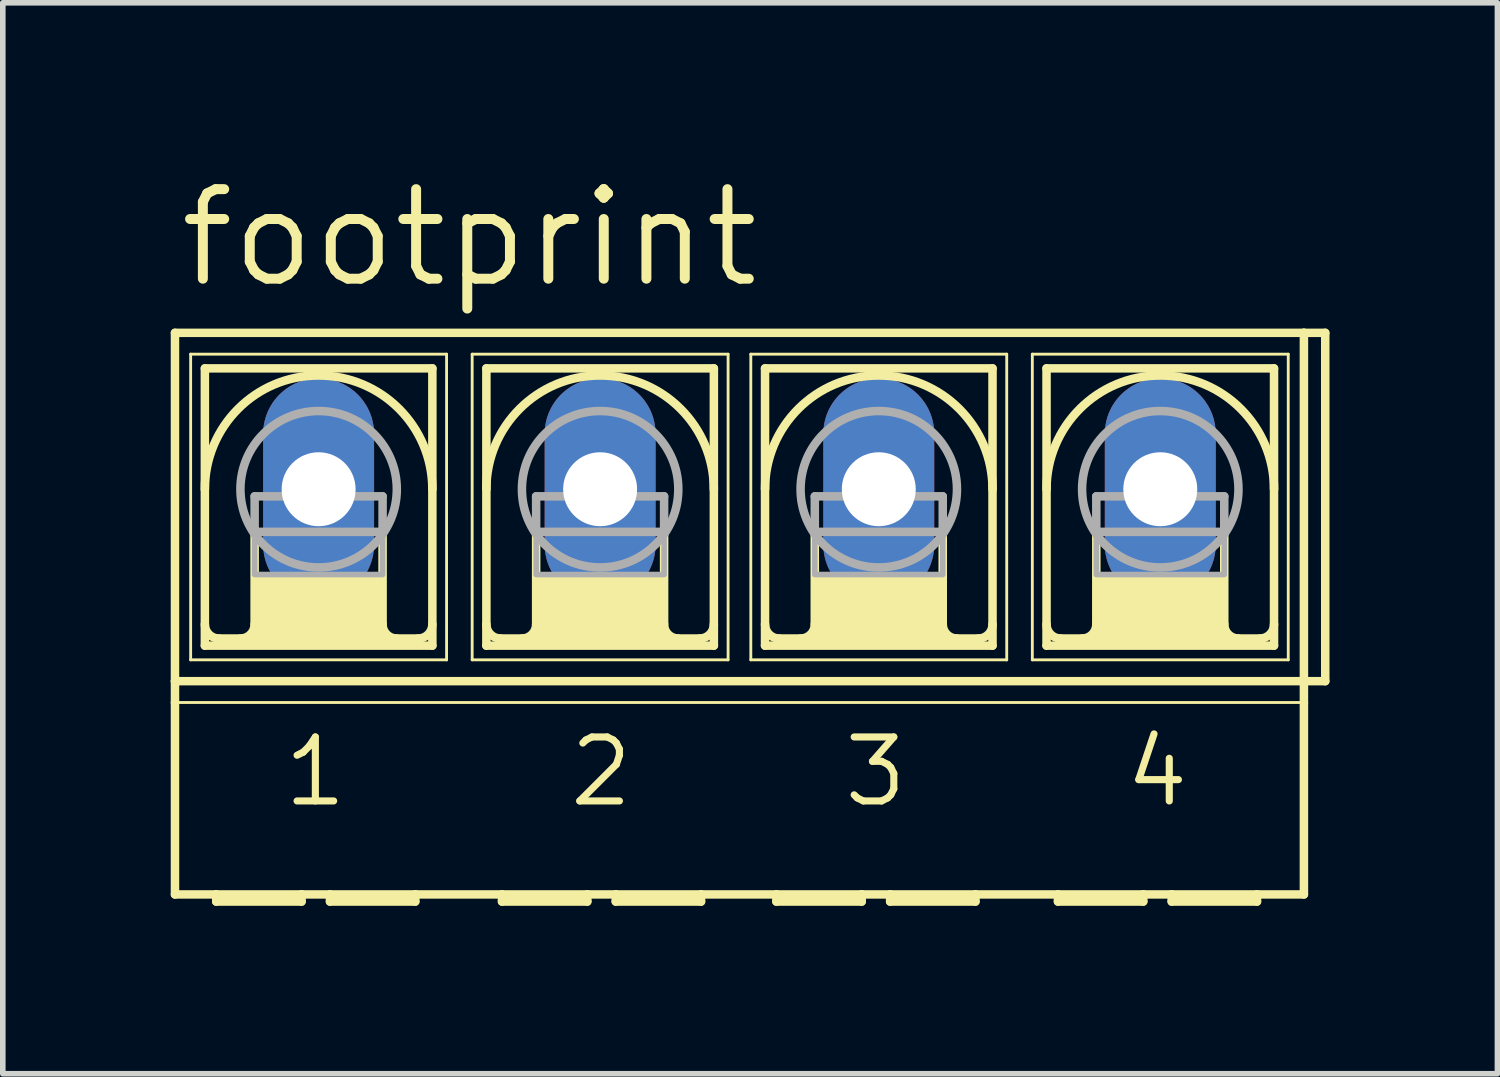
<source format=kicad_pcb>
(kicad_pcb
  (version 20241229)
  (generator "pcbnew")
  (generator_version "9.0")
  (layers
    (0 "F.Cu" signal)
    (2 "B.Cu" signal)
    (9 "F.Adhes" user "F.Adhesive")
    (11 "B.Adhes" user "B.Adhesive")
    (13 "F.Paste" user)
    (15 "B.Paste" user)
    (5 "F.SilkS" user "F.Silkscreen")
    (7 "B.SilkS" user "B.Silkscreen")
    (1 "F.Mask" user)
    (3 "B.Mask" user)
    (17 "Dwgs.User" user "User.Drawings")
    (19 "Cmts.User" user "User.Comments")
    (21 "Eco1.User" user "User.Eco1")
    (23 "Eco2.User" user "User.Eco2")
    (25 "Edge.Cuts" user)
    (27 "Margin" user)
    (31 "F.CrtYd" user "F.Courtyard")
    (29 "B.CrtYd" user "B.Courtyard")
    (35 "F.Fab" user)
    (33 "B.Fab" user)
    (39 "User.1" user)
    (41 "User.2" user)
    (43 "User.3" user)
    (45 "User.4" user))
  (footprint "footprint"
    (layer "F.Cu")
    (at 10.16 5.69)
    (property "Reference" "footprint" (at -10.084 -3.556 0) (layer "F.SilkS") (effects (font (size 1.6 1.6) (thickness 0.178)) (justify left bottom)))
    (fp_line (start -10.084 3.429) (end -10.084 -2.794) (stroke (width 0.152) (type solid)) (layer "F.SilkS"))
    (fp_line (start -10.084 3.429) (end 10.084 3.429) (stroke (width 0.152) (type solid)) (layer "F.SilkS"))
    (fp_line (start -10.084 3.81) (end -10.084 3.429) (stroke (width 0.152) (type solid)) (layer "F.SilkS"))
    (fp_line (start -10.084 7.239) (end -10.084 3.81) (stroke (width 0.152) (type solid)) (layer "F.SilkS"))
    (fp_line (start -10.084 7.239) (end -9.347 7.239) (stroke (width 0.152) (type solid)) (layer "F.SilkS"))
    (fp_line (start -9.804 -2.413) (end -9.804 3.048) (stroke (width 0.051) (type solid)) (layer "F.SilkS"))
    (fp_line (start -9.804 -2.413) (end -5.232 -2.413) (stroke (width 0.051) (type solid)) (layer "F.SilkS"))
    (fp_line (start -9.55 2.794) (end -9.55 -2.159) (stroke (width 0.152) (type solid)) (layer "F.SilkS"))
    (fp_line (start -9.55 2.794) (end -5.486 2.794) (stroke (width 0.152) (type solid)) (layer "F.SilkS"))
    (fp_line (start -9.347 7.239) (end -7.823 7.239) (stroke (width 0.152) (type solid)) (layer "F.SilkS"))
    (fp_line (start -9.347 7.366) (end -9.347 7.239) (stroke (width 0.152) (type solid)) (layer "F.SilkS"))
    (fp_line (start -9.347 7.366) (end -7.823 7.366) (stroke (width 0.152) (type solid)) (layer "F.SilkS"))
    (fp_line (start -8.661 0.762) (end -8.661 2.413) (stroke (width 0.152) (type solid)) (layer "F.SilkS"))
    (fp_line (start -7.823 7.239) (end -7.823 7.366) (stroke (width 0.152) (type solid)) (layer "F.SilkS"))
    (fp_line (start -7.823 7.239) (end -7.315 7.239) (stroke (width 0.152) (type solid)) (layer "F.SilkS"))
    (fp_line (start -7.315 7.239) (end -5.791 7.239) (stroke (width 0.152) (type solid)) (layer "F.SilkS"))
    (fp_line (start -7.315 7.366) (end -7.315 7.239) (stroke (width 0.152) (type solid)) (layer "F.SilkS"))
    (fp_line (start -7.315 7.366) (end -5.791 7.366) (stroke (width 0.152) (type solid)) (layer "F.SilkS"))
    (fp_line (start -6.375 0.762) (end -6.375 2.413) (stroke (width 0.152) (type solid)) (layer "F.SilkS"))
    (fp_line (start -5.791 7.239) (end -4.242 7.239) (stroke (width 0.152) (type solid)) (layer "F.SilkS"))
    (fp_line (start -5.791 7.366) (end -5.791 7.239) (stroke (width 0.152) (type solid)) (layer "F.SilkS"))
    (fp_line (start -5.74 2.667) (end -9.296 2.667) (stroke (width 0.152) (type solid)) (layer "F.SilkS"))
    (fp_line (start -5.486 -2.159) (end -9.55 -2.159) (stroke (width 0.152) (type solid)) (layer "F.SilkS"))
    (fp_line (start -5.486 -2.159) (end -5.486 2.794) (stroke (width 0.152) (type solid)) (layer "F.SilkS"))
    (fp_line (start -5.232 -2.413) (end -5.232 3.048) (stroke (width 0.051) (type solid)) (layer "F.SilkS"))
    (fp_line (start -5.232 3.048) (end -9.804 3.048) (stroke (width 0.051) (type solid)) (layer "F.SilkS"))
    (fp_line (start -4.775 -2.413) (end -4.775 3.048) (stroke (width 0.051) (type solid)) (layer "F.SilkS"))
    (fp_line (start -4.775 -2.413) (end -0.203 -2.413) (stroke (width 0.051) (type solid)) (layer "F.SilkS"))
    (fp_line (start -4.521 -2.159) (end -4.521 2.794) (stroke (width 0.152) (type solid)) (layer "F.SilkS"))
    (fp_line (start -4.521 2.794) (end -0.457 2.794) (stroke (width 0.152) (type solid)) (layer "F.SilkS"))
    (fp_line (start -4.242 7.239) (end -2.718 7.239) (stroke (width 0.152) (type solid)) (layer "F.SilkS"))
    (fp_line (start -4.242 7.366) (end -4.242 7.239) (stroke (width 0.152) (type solid)) (layer "F.SilkS"))
    (fp_line (start -4.242 7.366) (end -2.718 7.366) (stroke (width 0.152) (type solid)) (layer "F.SilkS"))
    (fp_line (start -3.632 0.762) (end -3.632 2.413) (stroke (width 0.152) (type solid)) (layer "F.SilkS"))
    (fp_line (start -2.718 7.239) (end -2.718 7.366) (stroke (width 0.152) (type solid)) (layer "F.SilkS"))
    (fp_line (start -2.718 7.239) (end -2.21 7.239) (stroke (width 0.152) (type solid)) (layer "F.SilkS"))
    (fp_line (start -2.21 7.239) (end -0.686 7.239) (stroke (width 0.152) (type solid)) (layer "F.SilkS"))
    (fp_line (start -2.21 7.366) (end -2.21 7.239) (stroke (width 0.152) (type solid)) (layer "F.SilkS"))
    (fp_line (start -2.21 7.366) (end -0.686 7.366) (stroke (width 0.152) (type solid)) (layer "F.SilkS"))
    (fp_line (start -1.346 0.762) (end -1.346 2.413) (stroke (width 0.152) (type solid)) (layer "F.SilkS"))
    (fp_line (start -0.711 2.667) (end -4.267 2.667) (stroke (width 0.152) (type solid)) (layer "F.SilkS"))
    (fp_line (start -0.686 7.366) (end -0.686 7.239) (stroke (width 0.152) (type solid)) (layer "F.SilkS"))
    (fp_line (start -0.457 -2.159) (end -4.521 -2.159) (stroke (width 0.152) (type solid)) (layer "F.SilkS"))
    (fp_line (start -0.457 2.794) (end -0.457 -2.159) (stroke (width 0.152) (type solid)) (layer "F.SilkS"))
    (fp_line (start -0.203 3.048) (end -4.775 3.048) (stroke (width 0.051) (type solid)) (layer "F.SilkS"))
    (fp_line (start -0.203 3.048) (end -0.203 -2.413) (stroke (width 0.051) (type solid)) (layer "F.SilkS"))
    (fp_line (start 0.203 -2.413) (end 0.203 3.048) (stroke (width 0.051) (type solid)) (layer "F.SilkS"))
    (fp_line (start 0.203 -2.413) (end 4.775 -2.413) (stroke (width 0.051) (type solid)) (layer "F.SilkS"))
    (fp_line (start 0.457 2.794) (end 0.457 -2.159) (stroke (width 0.152) (type solid)) (layer "F.SilkS"))
    (fp_line (start 0.457 2.794) (end 4.521 2.794) (stroke (width 0.152) (type solid)) (layer "F.SilkS"))
    (fp_line (start 0.66 7.239) (end -0.686 7.239) (stroke (width 0.152) (type solid)) (layer "F.SilkS"))
    (fp_line (start 0.66 7.239) (end 0.66 7.366) (stroke (width 0.152) (type solid)) (layer "F.SilkS"))
    (fp_line (start 0.66 7.239) (end 2.184 7.239) (stroke (width 0.152) (type solid)) (layer "F.SilkS"))
    (fp_line (start 0.66 7.366) (end 2.184 7.366) (stroke (width 0.152) (type solid)) (layer "F.SilkS"))
    (fp_line (start 1.346 0.762) (end 1.346 2.413) (stroke (width 0.152) (type solid)) (layer "F.SilkS"))
    (fp_line (start 2.184 7.239) (end 2.184 7.366) (stroke (width 0.152) (type solid)) (layer "F.SilkS"))
    (fp_line (start 2.184 7.239) (end 2.692 7.239) (stroke (width 0.152) (type solid)) (layer "F.SilkS"))
    (fp_line (start 2.692 7.239) (end 2.692 7.366) (stroke (width 0.152) (type solid)) (layer "F.SilkS"))
    (fp_line (start 2.692 7.239) (end 4.216 7.239) (stroke (width 0.152) (type solid)) (layer "F.SilkS"))
    (fp_line (start 2.692 7.366) (end 4.216 7.366) (stroke (width 0.152) (type solid)) (layer "F.SilkS"))
    (fp_line (start 3.632 0.762) (end 3.632 2.413) (stroke (width 0.152) (type solid)) (layer "F.SilkS"))
    (fp_line (start 4.216 7.366) (end 4.216 7.239) (stroke (width 0.152) (type solid)) (layer "F.SilkS"))
    (fp_line (start 4.267 2.667) (end 0.711 2.667) (stroke (width 0.152) (type solid)) (layer "F.SilkS"))
    (fp_line (start 4.521 -2.159) (end 0.457 -2.159) (stroke (width 0.152) (type solid)) (layer "F.SilkS"))
    (fp_line (start 4.521 -2.159) (end 4.521 2.794) (stroke (width 0.152) (type solid)) (layer "F.SilkS"))
    (fp_line (start 4.775 -2.413) (end 4.775 3.048) (stroke (width 0.051) (type solid)) (layer "F.SilkS"))
    (fp_line (start 4.775 3.048) (end 0.203 3.048) (stroke (width 0.051) (type solid)) (layer "F.SilkS"))
    (fp_line (start 5.232 -2.413) (end 5.232 3.048) (stroke (width 0.051) (type solid)) (layer "F.SilkS"))
    (fp_line (start 5.232 -2.413) (end 9.804 -2.413) (stroke (width 0.051) (type solid)) (layer "F.SilkS"))
    (fp_line (start 5.486 2.794) (end 5.486 -2.159) (stroke (width 0.152) (type solid)) (layer "F.SilkS"))
    (fp_line (start 5.486 2.794) (end 9.55 2.794) (stroke (width 0.152) (type solid)) (layer "F.SilkS"))
    (fp_line (start 5.69 7.239) (end 4.216 7.239) (stroke (width 0.152) (type solid)) (layer "F.SilkS"))
    (fp_line (start 5.69 7.239) (end 5.69 7.366) (stroke (width 0.152) (type solid)) (layer "F.SilkS"))
    (fp_line (start 5.69 7.366) (end 7.214 7.366) (stroke (width 0.152) (type solid)) (layer "F.SilkS"))
    (fp_line (start 6.375 0.762) (end 6.375 2.413) (stroke (width 0.152) (type solid)) (layer "F.SilkS"))
    (fp_line (start 7.214 7.239) (end 5.69 7.239) (stroke (width 0.152) (type solid)) (layer "F.SilkS"))
    (fp_line (start 7.214 7.239) (end 7.214 7.366) (stroke (width 0.152) (type solid)) (layer "F.SilkS"))
    (fp_line (start 7.722 7.239) (end 7.214 7.239) (stroke (width 0.152) (type solid)) (layer "F.SilkS"))
    (fp_line (start 7.722 7.239) (end 7.722 7.366) (stroke (width 0.152) (type solid)) (layer "F.SilkS"))
    (fp_line (start 7.722 7.366) (end 9.246 7.366) (stroke (width 0.152) (type solid)) (layer "F.SilkS"))
    (fp_line (start 8.661 0.762) (end 8.661 2.413) (stroke (width 0.152) (type solid)) (layer "F.SilkS"))
    (fp_line (start 9.246 7.239) (end 7.722 7.239) (stroke (width 0.152) (type solid)) (layer "F.SilkS"))
    (fp_line (start 9.246 7.366) (end 9.246 7.239) (stroke (width 0.152) (type solid)) (layer "F.SilkS"))
    (fp_line (start 9.296 2.667) (end 5.74 2.667) (stroke (width 0.152) (type solid)) (layer "F.SilkS"))
    (fp_line (start 9.55 -2.159) (end 5.486 -2.159) (stroke (width 0.152) (type solid)) (layer "F.SilkS"))
    (fp_line (start 9.55 -2.159) (end 9.55 2.794) (stroke (width 0.152) (type solid)) (layer "F.SilkS"))
    (fp_line (start 9.804 -2.413) (end 9.804 3.048) (stroke (width 0.051) (type solid)) (layer "F.SilkS"))
    (fp_line (start 9.804 3.048) (end 5.232 3.048) (stroke (width 0.051) (type solid)) (layer "F.SilkS"))
    (fp_line (start 10.084 -2.794) (end -10.084 -2.794) (stroke (width 0.152) (type solid)) (layer "F.SilkS"))
    (fp_line (start 10.084 -2.794) (end 10.084 3.429) (stroke (width 0.152) (type solid)) (layer "F.SilkS"))
    (fp_line (start 10.084 3.429) (end 10.084 3.81) (stroke (width 0.152) (type solid)) (layer "F.SilkS"))
    (fp_line (start 10.084 3.81) (end -10.084 3.81) (stroke (width 0.051) (type solid)) (layer "F.SilkS"))
    (fp_line (start 10.084 3.81) (end 10.084 7.239) (stroke (width 0.152) (type solid)) (layer "F.SilkS"))
    (fp_line (start 10.084 7.239) (end 9.246 7.239) (stroke (width 0.152) (type solid)) (layer "F.SilkS"))
    (fp_line (start 10.465 -2.794) (end 10.084 -2.794) (stroke (width 0.152) (type solid)) (layer "F.SilkS"))
    (fp_line (start 10.465 -2.794) (end 10.465 3.429) (stroke (width 0.152) (type solid)) (layer "F.SilkS"))
    (fp_line (start 10.465 3.429) (end 10.084 3.429) (stroke (width 0.152) (type solid)) (layer "F.SilkS"))
    (fp_arc (start -9.5504 0) (mid -7.5184 -2.032) (end -5.4864 0) (stroke (width 0.1524) (type solid)) (layer "F.SilkS"))
    (fp_arc (start -9.2964 2.667) (mid -9.476005 2.592605) (end -9.5504 2.413) (stroke (width 0.1524) (type solid)) (layer "F.SilkS"))
    (fp_arc (start -8.6614 2.413) (mid -8.735795 2.592605) (end -8.9154 2.667) (stroke (width 0.1524) (type solid)) (layer "F.SilkS"))
    (fp_arc (start -6.1214 2.667) (mid -6.301005 2.592605) (end -6.3754 2.413) (stroke (width 0.1524) (type solid)) (layer "F.SilkS"))
    (fp_arc (start -5.4864 2.413) (mid -5.560795 2.592605) (end -5.7404 2.667) (stroke (width 0.1524) (type solid)) (layer "F.SilkS"))
    (fp_arc (start -4.5212 0) (mid -2.4892 -2.032) (end -0.4572 0) (stroke (width 0.1524) (type solid)) (layer "F.SilkS"))
    (fp_arc (start -4.2672 2.667) (mid -4.446805 2.592605) (end -4.5212 2.413) (stroke (width 0.1524) (type solid)) (layer "F.SilkS"))
    (fp_arc (start -3.6322 2.413) (mid -3.706595 2.592605) (end -3.8862 2.667) (stroke (width 0.1524) (type solid)) (layer "F.SilkS"))
    (fp_arc (start -1.0922 2.667) (mid -1.271805 2.592605) (end -1.3462 2.413) (stroke (width 0.1524) (type solid)) (layer "F.SilkS"))
    (fp_arc (start -0.4572 2.413) (mid -0.531595 2.592605) (end -0.7112 2.667) (stroke (width 0.1524) (type solid)) (layer "F.SilkS"))
    (fp_arc (start 0.4572 0) (mid 2.4892 -2.032) (end 4.5212 0) (stroke (width 0.1524) (type solid)) (layer "F.SilkS"))
    (fp_arc (start 0.7112 2.667) (mid 0.531595 2.592605) (end 0.4572 2.413) (stroke (width 0.1524) (type solid)) (layer "F.SilkS"))
    (fp_arc (start 1.3462 2.413) (mid 1.271805 2.592605) (end 1.0922 2.667) (stroke (width 0.1524) (type solid)) (layer "F.SilkS"))
    (fp_arc (start 3.8862 2.667) (mid 3.706595 2.592605) (end 3.6322 2.413) (stroke (width 0.1524) (type solid)) (layer "F.SilkS"))
    (fp_arc (start 4.5212 2.413) (mid 4.446805 2.592605) (end 4.2672 2.667) (stroke (width 0.1524) (type solid)) (layer "F.SilkS"))
    (fp_arc (start 5.4864 0) (mid 7.5184 -2.032) (end 9.5504 0) (stroke (width 0.1524) (type solid)) (layer "F.SilkS"))
    (fp_arc (start 5.7404 2.667) (mid 5.560795 2.592605) (end 5.4864 2.413) (stroke (width 0.1524) (type solid)) (layer "F.SilkS"))
    (fp_arc (start 6.3754 2.413) (mid 6.301005 2.592605) (end 6.1214 2.667) (stroke (width 0.1524) (type solid)) (layer "F.SilkS"))
    (fp_arc (start 8.9154 2.667) (mid 8.735795 2.592605) (end 8.6614 2.413) (stroke (width 0.1524) (type solid)) (layer "F.SilkS"))
    (fp_arc (start 9.5504 2.413) (mid 9.476005 2.592605) (end 9.2964 2.667) (stroke (width 0.1524) (type solid)) (layer "F.SilkS"))
    (fp_poly (pts (xy -8.661 2.667) (xy -6.375 2.667) (xy -6.375 1.524) (xy -8.661 1.524)) (stroke (width 0) (type solid)) (fill yes) (layer "F.SilkS"))
    (fp_poly (pts (xy -3.632 2.667) (xy -1.346 2.667) (xy -1.346 1.524) (xy -3.632 1.524)) (stroke (width 0) (type solid)) (fill yes) (layer "F.SilkS"))
    (fp_poly (pts (xy 1.346 2.667) (xy 3.632 2.667) (xy 3.632 1.524) (xy 1.346 1.524)) (stroke (width 0) (type solid)) (fill yes) (layer "F.SilkS"))
    (fp_poly (pts (xy 6.375 2.667) (xy 8.661 2.667) (xy 8.661 1.524) (xy 6.375 1.524)) (stroke (width 0) (type solid)) (fill yes) (layer "F.SilkS"))
    (fp_line (start -8.661 0.127) (end -8.661 0.762) (stroke (width 0.152) (type solid)) (layer "F.Fab"))
    (fp_line (start -8.661 0.127) (end -6.375 0.127) (stroke (width 0.152) (type solid)) (layer "F.Fab"))
    (fp_line (start -8.661 0.762) (end -6.375 0.762) (stroke (width 0.152) (type solid)) (layer "F.Fab"))
    (fp_line (start -6.375 0.127) (end -6.375 0.762) (stroke (width 0.152) (type solid)) (layer "F.Fab"))
    (fp_line (start -3.632 0.127) (end -3.632 0.762) (stroke (width 0.152) (type solid)) (layer "F.Fab"))
    (fp_line (start -3.632 0.127) (end -1.346 0.127) (stroke (width 0.152) (type solid)) (layer "F.Fab"))
    (fp_line (start -3.632 0.762) (end -1.346 0.762) (stroke (width 0.152) (type solid)) (layer "F.Fab"))
    (fp_line (start -1.346 0.127) (end -1.346 0.762) (stroke (width 0.152) (type solid)) (layer "F.Fab"))
    (fp_line (start 1.346 0.127) (end 1.346 0.762) (stroke (width 0.152) (type solid)) (layer "F.Fab"))
    (fp_line (start 1.346 0.127) (end 3.632 0.127) (stroke (width 0.152) (type solid)) (layer "F.Fab"))
    (fp_line (start 1.346 0.762) (end 3.632 0.762) (stroke (width 0.152) (type solid)) (layer "F.Fab"))
    (fp_line (start 3.632 0.127) (end 3.632 0.762) (stroke (width 0.152) (type solid)) (layer "F.Fab"))
    (fp_line (start 6.375 0.127) (end 6.375 0.762) (stroke (width 0.152) (type solid)) (layer "F.Fab"))
    (fp_line (start 6.375 0.127) (end 8.661 0.127) (stroke (width 0.152) (type solid)) (layer "F.Fab"))
    (fp_line (start 6.375 0.762) (end 8.661 0.762) (stroke (width 0.152) (type solid)) (layer "F.Fab"))
    (fp_line (start 8.661 0.127) (end 8.661 0.762) (stroke (width 0.152) (type solid)) (layer "F.Fab"))
    (fp_circle (center -7.518 0) (end -6.121 0) (stroke (width 0.152) (type solid)) (fill no) (layer "F.Fab"))
    (fp_circle (center -2.489 0) (end -1.092 0) (stroke (width 0.152) (type solid)) (fill no) (layer "F.Fab"))
    (fp_circle (center 2.489 0) (end 3.886 0) (stroke (width 0.152) (type solid)) (fill no) (layer "F.Fab"))
    (fp_circle (center 7.518 0) (end 8.915 0) (stroke (width 0.152) (type solid)) (fill no) (layer "F.Fab"))
    (fp_poly (pts (xy -8.661 1.524) (xy -6.375 1.524) (xy -6.375 0.762) (xy -8.661 0.762)) (stroke (width 0.1) (type solid)) (fill no) (layer "F.Fab"))
    (fp_poly (pts (xy -3.632 1.524) (xy -1.346 1.524) (xy -1.346 0.762) (xy -3.632 0.762)) (stroke (width 0.1) (type solid)) (fill no) (layer "F.Fab"))
    (fp_poly (pts (xy 1.346 1.524) (xy 3.632 1.524) (xy 3.632 0.762) (xy 1.346 0.762)) (stroke (width 0.1) (type solid)) (fill no) (layer "F.Fab"))
    (fp_poly (pts (xy 6.375 1.524) (xy 8.661 1.524) (xy 8.661 0.762) (xy 6.375 0.762)) (stroke (width 0.1) (type solid)) (fill no) (layer "F.Fab"))
    (fp_text user "1" (at -8.204 5.715 0) (layer "F.SilkS") (effects (font (size 1.143 1.143) (thickness 0.127)) (justify left bottom)))
    (fp_text user "2" (at -3.099 5.715 0) (layer "F.SilkS") (effects (font (size 1.143 1.143) (thickness 0.127)) (justify left bottom)))
    (fp_text user "4" (at 6.833 5.715 0) (layer "F.SilkS") (effects (font (size 1.143 1.143) (thickness 0.127)) (justify left bottom)))
    (fp_text user "3" (at 1.803 5.715 0) (layer "F.SilkS") (effects (font (size 1.143 1.143) (thickness 0.127)) (justify left bottom)))
    (pad "1" thru_hole oval (at -7.518 0 90) (size 3.962 1.981) (drill 1.321) (layers "*.Cu" "*.Mask"))
    (pad "2" thru_hole oval (at -2.489 0 90) (size 3.962 1.981) (drill 1.321) (layers "*.Cu" "*.Mask"))
    (pad "3" thru_hole oval (at 2.489 0 90) (size 3.962 1.981) (drill 1.321) (layers "*.Cu" "*.Mask"))
    (pad "4" thru_hole oval (at 7.518 0 90) (size 3.962 1.981) (drill 1.321) (layers "*.Cu" "*.Mask")))
  (gr_rect
    (start -3 -3)
    (end 23.701 16.132)
    (stroke (width 0.1) (type default))
    (fill no)
    (layer "Edge.Cuts")))
</source>
